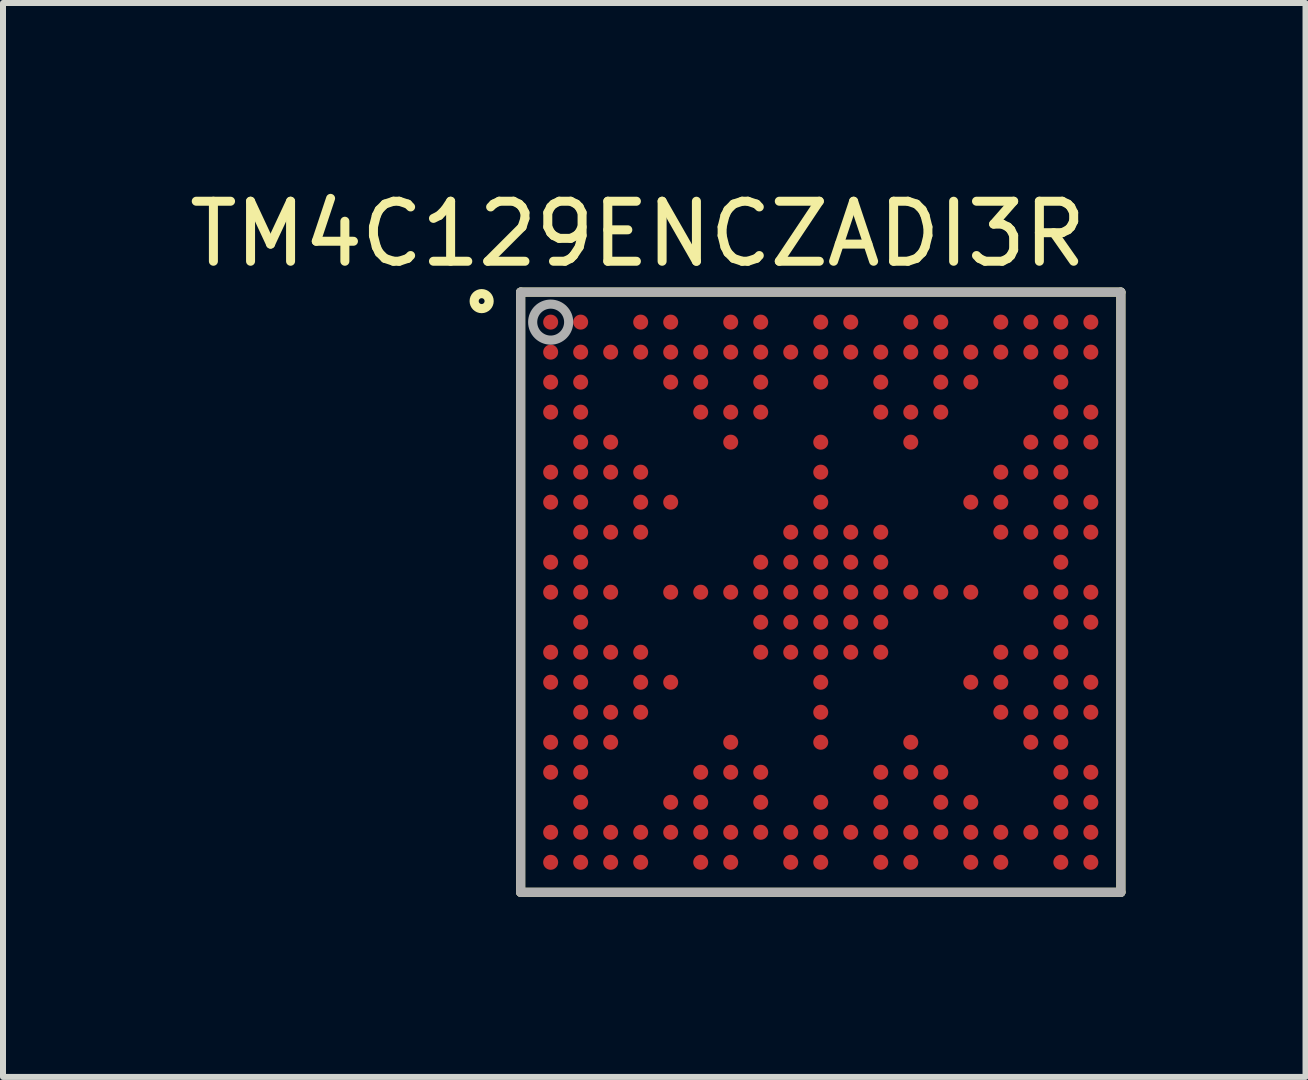
<source format=kicad_pcb>
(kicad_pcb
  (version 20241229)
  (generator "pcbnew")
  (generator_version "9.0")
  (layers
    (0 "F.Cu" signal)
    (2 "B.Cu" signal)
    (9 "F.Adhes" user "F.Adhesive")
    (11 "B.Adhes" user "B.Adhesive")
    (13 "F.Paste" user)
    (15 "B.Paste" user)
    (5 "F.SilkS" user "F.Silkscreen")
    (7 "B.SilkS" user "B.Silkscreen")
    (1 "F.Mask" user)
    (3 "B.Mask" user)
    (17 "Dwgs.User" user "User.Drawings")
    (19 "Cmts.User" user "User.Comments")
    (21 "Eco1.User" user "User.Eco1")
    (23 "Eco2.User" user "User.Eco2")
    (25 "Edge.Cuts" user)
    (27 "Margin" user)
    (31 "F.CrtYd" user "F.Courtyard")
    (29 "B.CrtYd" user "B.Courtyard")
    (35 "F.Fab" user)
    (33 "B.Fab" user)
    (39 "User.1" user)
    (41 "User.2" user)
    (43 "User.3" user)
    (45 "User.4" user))
  (footprint "TM4C129ENCZADI3R"
    (layer "F.Cu")
    (at 10.625 6.817)
    (property "Reference" "TM4C129ENCZADI3R" (at -3.048 -5.969 0) (layer "F.SilkS") (effects (font (size 1 1) (thickness 0.15))))
    (attr through_hole)
    (fp_line (start -5 -5) (end 5 -5) (stroke (width 0.152) (type solid)) (layer "F.SilkS"))
    (fp_line (start -5 5) (end -5 -5) (stroke (width 0.152) (type solid)) (layer "F.SilkS"))
    (fp_line (start -5 5) (end 5 5) (stroke (width 0.152) (type solid)) (layer "F.SilkS"))
    (fp_line (start 5 5) (end 5 -5) (stroke (width 0.152) (type solid)) (layer "F.SilkS"))
    (fp_circle (center -5.65 -4.85) (end -5.525 -4.85) (stroke (width 0.152) (type solid)) (fill no) (layer "F.SilkS"))
    (fp_line (start -5 -5) (end 5 -5) (stroke (width 0.152) (type solid)) (layer "F.Fab"))
    (fp_line (start -5 5) (end -5 -5) (stroke (width 0.152) (type solid)) (layer "F.Fab"))
    (fp_line (start -5 5) (end 5 5) (stroke (width 0.152) (type solid)) (layer "F.Fab"))
    (fp_line (start 5 5) (end 5 -5) (stroke (width 0.152) (type solid)) (layer "F.Fab"))
    (fp_circle (center -4.5 -4.5) (end -4.2 -4.5) (stroke (width 0.152) (type solid)) (fill no) (layer "F.Fab"))
    (pad "A1" smd circle (at -4.5 -4.5) (size 0.25 0.25) (layers "F.Cu" "F.Mask" "F.Paste"))
    (pad "A2" smd circle (at -4 -4.5) (size 0.25 0.25) (layers "F.Cu" "F.Mask" "F.Paste"))
    (pad "A4" smd circle (at -3 -4.5) (size 0.25 0.25) (layers "F.Cu" "F.Mask" "F.Paste"))
    (pad "A5" smd circle (at -2.5 -4.5) (size 0.25 0.25) (layers "F.Cu" "F.Mask" "F.Paste"))
    (pad "A7" smd circle (at -1.5 -4.5) (size 0.25 0.25) (layers "F.Cu" "F.Mask" "F.Paste"))
    (pad "A8" smd circle (at -1 -4.5) (size 0.25 0.25) (layers "F.Cu" "F.Mask" "F.Paste"))
    (pad "A10" smd circle (at 0 -4.5) (size 0.25 0.25) (layers "F.Cu" "F.Mask" "F.Paste"))
    (pad "A11" smd circle (at 0.5 -4.5) (size 0.25 0.25) (layers "F.Cu" "F.Mask" "F.Paste"))
    (pad "A13" smd circle (at 1.5 -4.5) (size 0.25 0.25) (layers "F.Cu" "F.Mask" "F.Paste"))
    (pad "A14" smd circle (at 2 -4.5) (size 0.25 0.25) (layers "F.Cu" "F.Mask" "F.Paste"))
    (pad "A16" smd circle (at 3 -4.5) (size 0.25 0.25) (layers "F.Cu" "F.Mask" "F.Paste"))
    (pad "A17" smd circle (at 3.5 -4.5) (size 0.25 0.25) (layers "F.Cu" "F.Mask" "F.Paste"))
    (pad "A18" smd circle (at 4 -4.5) (size 0.25 0.25) (layers "F.Cu" "F.Mask" "F.Paste"))
    (pad "A19" smd circle (at 4.5 -4.5) (size 0.25 0.25) (layers "F.Cu" "F.Mask" "F.Paste"))
    (pad "B1" smd circle (at -4.5 -4) (size 0.25 0.25) (layers "F.Cu" "F.Mask" "F.Paste"))
    (pad "B2" smd circle (at -4 -4) (size 0.25 0.25) (layers "F.Cu" "F.Mask" "F.Paste"))
    (pad "B3" smd circle (at -3.5 -4) (size 0.25 0.25) (layers "F.Cu" "F.Mask" "F.Paste"))
    (pad "B4" smd circle (at -3 -4) (size 0.25 0.25) (layers "F.Cu" "F.Mask" "F.Paste"))
    (pad "B5" smd circle (at -2.5 -4) (size 0.25 0.25) (layers "F.Cu" "F.Mask" "F.Paste"))
    (pad "B6" smd circle (at -2 -4) (size 0.25 0.25) (layers "F.Cu" "F.Mask" "F.Paste"))
    (pad "B7" smd circle (at -1.5 -4) (size 0.25 0.25) (layers "F.Cu" "F.Mask" "F.Paste"))
    (pad "B8" smd circle (at -1 -4) (size 0.25 0.25) (layers "F.Cu" "F.Mask" "F.Paste"))
    (pad "B9" smd circle (at -0.5 -4) (size 0.25 0.25) (layers "F.Cu" "F.Mask" "F.Paste"))
    (pad "B10" smd circle (at 0 -4) (size 0.25 0.25) (layers "F.Cu" "F.Mask" "F.Paste"))
    (pad "B11" smd circle (at 0.5 -4) (size 0.25 0.25) (layers "F.Cu" "F.Mask" "F.Paste"))
    (pad "B12" smd circle (at 1 -4) (size 0.25 0.25) (layers "F.Cu" "F.Mask" "F.Paste"))
    (pad "B13" smd circle (at 1.5 -4) (size 0.25 0.25) (layers "F.Cu" "F.Mask" "F.Paste"))
    (pad "B14" smd circle (at 2 -4) (size 0.25 0.25) (layers "F.Cu" "F.Mask" "F.Paste"))
    (pad "B15" smd circle (at 2.5 -4) (size 0.25 0.25) (layers "F.Cu" "F.Mask" "F.Paste"))
    (pad "B16" smd circle (at 3 -4) (size 0.25 0.25) (layers "F.Cu" "F.Mask" "F.Paste"))
    (pad "B17" smd circle (at 3.5 -4) (size 0.25 0.25) (layers "F.Cu" "F.Mask" "F.Paste"))
    (pad "B18" smd circle (at 4 -4) (size 0.25 0.25) (layers "F.Cu" "F.Mask" "F.Paste"))
    (pad "B19" smd circle (at 4.5 -4) (size 0.25 0.25) (layers "F.Cu" "F.Mask" "F.Paste"))
    (pad "C1" smd circle (at -4.5 -3.5) (size 0.25 0.25) (layers "F.Cu" "F.Mask" "F.Paste"))
    (pad "C2" smd circle (at -4 -3.5) (size 0.25 0.25) (layers "F.Cu" "F.Mask" "F.Paste"))
    (pad "C5" smd circle (at -2.5 -3.5) (size 0.25 0.25) (layers "F.Cu" "F.Mask" "F.Paste"))
    (pad "C6" smd circle (at -2 -3.5) (size 0.25 0.25) (layers "F.Cu" "F.Mask" "F.Paste"))
    (pad "C8" smd circle (at -1 -3.5) (size 0.25 0.25) (layers "F.Cu" "F.Mask" "F.Paste"))
    (pad "C10" smd circle (at 0 -3.5) (size 0.25 0.25) (layers "F.Cu" "F.Mask" "F.Paste"))
    (pad "C12" smd circle (at 1 -3.5) (size 0.25 0.25) (layers "F.Cu" "F.Mask" "F.Paste"))
    (pad "C14" smd circle (at 2 -3.5) (size 0.25 0.25) (layers "F.Cu" "F.Mask" "F.Paste"))
    (pad "C15" smd circle (at 2.5 -3.5) (size 0.25 0.25) (layers "F.Cu" "F.Mask" "F.Paste"))
    (pad "C18" smd circle (at 4 -3.5) (size 0.25 0.25) (layers "F.Cu" "F.Mask" "F.Paste"))
    (pad "D1" smd circle (at -4.5 -3) (size 0.25 0.25) (layers "F.Cu" "F.Mask" "F.Paste"))
    (pad "D2" smd circle (at -4 -3) (size 0.25 0.25) (layers "F.Cu" "F.Mask" "F.Paste"))
    (pad "D6" smd circle (at -2 -3) (size 0.25 0.25) (layers "F.Cu" "F.Mask" "F.Paste"))
    (pad "D7" smd circle (at -1.5 -3) (size 0.25 0.25) (layers "F.Cu" "F.Mask" "F.Paste"))
    (pad "D8" smd circle (at -1 -3) (size 0.25 0.25) (layers "F.Cu" "F.Mask" "F.Paste"))
    (pad "D12" smd circle (at 1 -3) (size 0.25 0.25) (layers "F.Cu" "F.Mask" "F.Paste"))
    (pad "D13" smd circle (at 1.5 -3) (size 0.25 0.25) (layers "F.Cu" "F.Mask" "F.Paste"))
    (pad "D14" smd circle (at 2 -3) (size 0.25 0.25) (layers "F.Cu" "F.Mask" "F.Paste"))
    (pad "D18" smd circle (at 4 -3) (size 0.25 0.25) (layers "F.Cu" "F.Mask" "F.Paste"))
    (pad "D19" smd circle (at 4.5 -3) (size 0.25 0.25) (layers "F.Cu" "F.Mask" "F.Paste"))
    (pad "E2" smd circle (at -4 -2.5) (size 0.25 0.25) (layers "F.Cu" "F.Mask" "F.Paste"))
    (pad "E3" smd circle (at -3.5 -2.5) (size 0.25 0.25) (layers "F.Cu" "F.Mask" "F.Paste"))
    (pad "E7" smd circle (at -1.5 -2.5) (size 0.25 0.25) (layers "F.Cu" "F.Mask" "F.Paste"))
    (pad "E10" smd circle (at 0 -2.5) (size 0.25 0.25) (layers "F.Cu" "F.Mask" "F.Paste"))
    (pad "E13" smd circle (at 1.5 -2.5) (size 0.25 0.25) (layers "F.Cu" "F.Mask" "F.Paste"))
    (pad "E17" smd circle (at 3.5 -2.5) (size 0.25 0.25) (layers "F.Cu" "F.Mask" "F.Paste"))
    (pad "E18" smd circle (at 4 -2.5) (size 0.25 0.25) (layers "F.Cu" "F.Mask" "F.Paste"))
    (pad "E19" smd circle (at 4.5 -2.5) (size 0.25 0.25) (layers "F.Cu" "F.Mask" "F.Paste"))
    (pad "F1" smd circle (at -4.5 -2) (size 0.25 0.25) (layers "F.Cu" "F.Mask" "F.Paste"))
    (pad "F2" smd circle (at -4 -2) (size 0.25 0.25) (layers "F.Cu" "F.Mask" "F.Paste"))
    (pad "F3" smd circle (at -3.5 -2) (size 0.25 0.25) (layers "F.Cu" "F.Mask" "F.Paste"))
    (pad "F4" smd circle (at -3 -2) (size 0.25 0.25) (layers "F.Cu" "F.Mask" "F.Paste"))
    (pad "F10" smd circle (at 0 -2) (size 0.25 0.25) (layers "F.Cu" "F.Mask" "F.Paste"))
    (pad "F16" smd circle (at 3 -2) (size 0.25 0.25) (layers "F.Cu" "F.Mask" "F.Paste"))
    (pad "F17" smd circle (at 3.5 -2) (size 0.25 0.25) (layers "F.Cu" "F.Mask" "F.Paste"))
    (pad "F18" smd circle (at 4 -2) (size 0.25 0.25) (layers "F.Cu" "F.Mask" "F.Paste"))
    (pad "G1" smd circle (at -4.5 -1.5) (size 0.25 0.25) (layers "F.Cu" "F.Mask" "F.Paste"))
    (pad "G2" smd circle (at -4 -1.5) (size 0.25 0.25) (layers "F.Cu" "F.Mask" "F.Paste"))
    (pad "G4" smd circle (at -3 -1.5) (size 0.25 0.25) (layers "F.Cu" "F.Mask" "F.Paste"))
    (pad "G5" smd circle (at -2.5 -1.5) (size 0.25 0.25) (layers "F.Cu" "F.Mask" "F.Paste"))
    (pad "G10" smd circle (at 0 -1.5) (size 0.25 0.25) (layers "F.Cu" "F.Mask" "F.Paste"))
    (pad "G15" smd circle (at 2.5 -1.5) (size 0.25 0.25) (layers "F.Cu" "F.Mask" "F.Paste"))
    (pad "G16" smd circle (at 3 -1.5) (size 0.25 0.25) (layers "F.Cu" "F.Mask" "F.Paste"))
    (pad "G18" smd circle (at 4 -1.5) (size 0.25 0.25) (layers "F.Cu" "F.Mask" "F.Paste"))
    (pad "G19" smd circle (at 4.5 -1.5) (size 0.25 0.25) (layers "F.Cu" "F.Mask" "F.Paste"))
    (pad "H2" smd circle (at -4 -1) (size 0.25 0.25) (layers "F.Cu" "F.Mask" "F.Paste"))
    (pad "H3" smd circle (at -3.5 -1) (size 0.25 0.25) (layers "F.Cu" "F.Mask" "F.Paste"))
    (pad "H4" smd circle (at -3 -1) (size 0.25 0.25) (layers "F.Cu" "F.Mask" "F.Paste"))
    (pad "H9" smd circle (at -0.5 -1) (size 0.25 0.25) (layers "F.Cu" "F.Mask" "F.Paste"))
    (pad "H10" smd circle (at 0 -1) (size 0.25 0.25) (layers "F.Cu" "F.Mask" "F.Paste"))
    (pad "H11" smd circle (at 0.5 -1) (size 0.25 0.25) (layers "F.Cu" "F.Mask" "F.Paste"))
    (pad "H12" smd circle (at 1 -1) (size 0.25 0.25) (layers "F.Cu" "F.Mask" "F.Paste"))
    (pad "H16" smd circle (at 3 -1) (size 0.25 0.25) (layers "F.Cu" "F.Mask" "F.Paste"))
    (pad "H17" smd circle (at 3.5 -1) (size 0.25 0.25) (layers "F.Cu" "F.Mask" "F.Paste"))
    (pad "H18" smd circle (at 4 -1) (size 0.25 0.25) (layers "F.Cu" "F.Mask" "F.Paste"))
    (pad "H19" smd circle (at 4.5 -1) (size 0.25 0.25) (layers "F.Cu" "F.Mask" "F.Paste"))
    (pad "J1" smd circle (at -4.5 -0.5) (size 0.25 0.25) (layers "F.Cu" "F.Mask" "F.Paste"))
    (pad "J2" smd circle (at -4 -0.5) (size 0.25 0.25) (layers "F.Cu" "F.Mask" "F.Paste"))
    (pad "J8" smd circle (at -1 -0.5) (size 0.25 0.25) (layers "F.Cu" "F.Mask" "F.Paste"))
    (pad "J9" smd circle (at -0.5 -0.5) (size 0.25 0.25) (layers "F.Cu" "F.Mask" "F.Paste"))
    (pad "J10" smd circle (at 0 -0.5) (size 0.25 0.25) (layers "F.Cu" "F.Mask" "F.Paste"))
    (pad "J11" smd circle (at 0.5 -0.5) (size 0.25 0.25) (layers "F.Cu" "F.Mask" "F.Paste"))
    (pad "J12" smd circle (at 1 -0.5) (size 0.25 0.25) (layers "F.Cu" "F.Mask" "F.Paste"))
    (pad "J18" smd circle (at 4 -0.5) (size 0.25 0.25) (layers "F.Cu" "F.Mask" "F.Paste"))
    (pad "K1" smd circle (at -4.5 0) (size 0.25 0.25) (layers "F.Cu" "F.Mask" "F.Paste"))
    (pad "K2" smd circle (at -4 0) (size 0.25 0.25) (layers "F.Cu" "F.Mask" "F.Paste"))
    (pad "K3" smd circle (at -3.5 0) (size 0.25 0.25) (layers "F.Cu" "F.Mask" "F.Paste"))
    (pad "K5" smd circle (at -2.5 0) (size 0.25 0.25) (layers "F.Cu" "F.Mask" "F.Paste"))
    (pad "K6" smd circle (at -2 0) (size 0.25 0.25) (layers "F.Cu" "F.Mask" "F.Paste"))
    (pad "K7" smd circle (at -1.5 0) (size 0.25 0.25) (layers "F.Cu" "F.Mask" "F.Paste"))
    (pad "K8" smd circle (at -1 0) (size 0.25 0.25) (layers "F.Cu" "F.Mask" "F.Paste"))
    (pad "K9" smd circle (at -0.5 0) (size 0.25 0.25) (layers "F.Cu" "F.Mask" "F.Paste"))
    (pad "K10" smd circle (at 0 0) (size 0.25 0.25) (layers "F.Cu" "F.Mask" "F.Paste"))
    (pad "K11" smd circle (at 0.5 0) (size 0.25 0.25) (layers "F.Cu" "F.Mask" "F.Paste"))
    (pad "K12" smd circle (at 1 0) (size 0.25 0.25) (layers "F.Cu" "F.Mask" "F.Paste"))
    (pad "K13" smd circle (at 1.5 0) (size 0.25 0.25) (layers "F.Cu" "F.Mask" "F.Paste"))
    (pad "K14" smd circle (at 2 0) (size 0.25 0.25) (layers "F.Cu" "F.Mask" "F.Paste"))
    (pad "K15" smd circle (at 2.5 0) (size 0.25 0.25) (layers "F.Cu" "F.Mask" "F.Paste"))
    (pad "K17" smd circle (at 3.5 0) (size 0.25 0.25) (layers "F.Cu" "F.Mask" "F.Paste"))
    (pad "K18" smd circle (at 4 0) (size 0.25 0.25) (layers "F.Cu" "F.Mask" "F.Paste"))
    (pad "K19" smd circle (at 4.5 0) (size 0.25 0.25) (layers "F.Cu" "F.Mask" "F.Paste"))
    (pad "L2" smd circle (at -4 0.5) (size 0.25 0.25) (layers "F.Cu" "F.Mask" "F.Paste"))
    (pad "L8" smd circle (at -1 0.5) (size 0.25 0.25) (layers "F.Cu" "F.Mask" "F.Paste"))
    (pad "L9" smd circle (at -0.5 0.5) (size 0.25 0.25) (layers "F.Cu" "F.Mask" "F.Paste"))
    (pad "L10" smd circle (at 0 0.5) (size 0.25 0.25) (layers "F.Cu" "F.Mask" "F.Paste"))
    (pad "L11" smd circle (at 0.5 0.5) (size 0.25 0.25) (layers "F.Cu" "F.Mask" "F.Paste"))
    (pad "L12" smd circle (at 1 0.5) (size 0.25 0.25) (layers "F.Cu" "F.Mask" "F.Paste"))
    (pad "L18" smd circle (at 4 0.5) (size 0.25 0.25) (layers "F.Cu" "F.Mask" "F.Paste"))
    (pad "L19" smd circle (at 4.5 0.5) (size 0.25 0.25) (layers "F.Cu" "F.Mask" "F.Paste"))
    (pad "M1" smd circle (at -4.5 1) (size 0.25 0.25) (layers "F.Cu" "F.Mask" "F.Paste"))
    (pad "M2" smd circle (at -4 1) (size 0.25 0.25) (layers "F.Cu" "F.Mask" "F.Paste"))
    (pad "M3" smd circle (at -3.5 1) (size 0.25 0.25) (layers "F.Cu" "F.Mask" "F.Paste"))
    (pad "M4" smd circle (at -3 1) (size 0.25 0.25) (layers "F.Cu" "F.Mask" "F.Paste"))
    (pad "M8" smd circle (at -1 1) (size 0.25 0.25) (layers "F.Cu" "F.Mask" "F.Paste"))
    (pad "M9" smd circle (at -0.5 1) (size 0.25 0.25) (layers "F.Cu" "F.Mask" "F.Paste"))
    (pad "M10" smd circle (at 0 1) (size 0.25 0.25) (layers "F.Cu" "F.Mask" "F.Paste"))
    (pad "M11" smd circle (at 0.5 1) (size 0.25 0.25) (layers "F.Cu" "F.Mask" "F.Paste"))
    (pad "M12" smd circle (at 1 1) (size 0.25 0.25) (layers "F.Cu" "F.Mask" "F.Paste"))
    (pad "M16" smd circle (at 3 1) (size 0.25 0.25) (layers "F.Cu" "F.Mask" "F.Paste"))
    (pad "M17" smd circle (at 3.5 1) (size 0.25 0.25) (layers "F.Cu" "F.Mask" "F.Paste"))
    (pad "M18" smd circle (at 4 1) (size 0.25 0.25) (layers "F.Cu" "F.Mask" "F.Paste"))
    (pad "N1" smd circle (at -4.5 1.5) (size 0.25 0.25) (layers "F.Cu" "F.Mask" "F.Paste"))
    (pad "N2" smd circle (at -4 1.5) (size 0.25 0.25) (layers "F.Cu" "F.Mask" "F.Paste"))
    (pad "N4" smd circle (at -3 1.5) (size 0.25 0.25) (layers "F.Cu" "F.Mask" "F.Paste"))
    (pad "N5" smd circle (at -2.5 1.5) (size 0.25 0.25) (layers "F.Cu" "F.Mask" "F.Paste"))
    (pad "N10" smd circle (at 0 1.5) (size 0.25 0.25) (layers "F.Cu" "F.Mask" "F.Paste"))
    (pad "N15" smd circle (at 2.5 1.5) (size 0.25 0.25) (layers "F.Cu" "F.Mask" "F.Paste"))
    (pad "N16" smd circle (at 3 1.5) (size 0.25 0.25) (layers "F.Cu" "F.Mask" "F.Paste"))
    (pad "N18" smd circle (at 4 1.5) (size 0.25 0.25) (layers "F.Cu" "F.Mask" "F.Paste"))
    (pad "N19" smd circle (at 4.5 1.5) (size 0.25 0.25) (layers "F.Cu" "F.Mask" "F.Paste"))
    (pad "P2" smd circle (at -4 2) (size 0.25 0.25) (layers "F.Cu" "F.Mask" "F.Paste"))
    (pad "P3" smd circle (at -3.5 2) (size 0.25 0.25) (layers "F.Cu" "F.Mask" "F.Paste"))
    (pad "P4" smd circle (at -3 2) (size 0.25 0.25) (layers "F.Cu" "F.Mask" "F.Paste"))
    (pad "P10" smd circle (at 0 2) (size 0.25 0.25) (layers "F.Cu" "F.Mask" "F.Paste"))
    (pad "P16" smd circle (at 3 2) (size 0.25 0.25) (layers "F.Cu" "F.Mask" "F.Paste"))
    (pad "P17" smd circle (at 3.5 2) (size 0.25 0.25) (layers "F.Cu" "F.Mask" "F.Paste"))
    (pad "P18" smd circle (at 4 2) (size 0.25 0.25) (layers "F.Cu" "F.Mask" "F.Paste"))
    (pad "P19" smd circle (at 4.5 2) (size 0.25 0.25) (layers "F.Cu" "F.Mask" "F.Paste"))
    (pad "R1" smd circle (at -4.5 2.5) (size 0.25 0.25) (layers "F.Cu" "F.Mask" "F.Paste"))
    (pad "R2" smd circle (at -4 2.5) (size 0.25 0.25) (layers "F.Cu" "F.Mask" "F.Paste"))
    (pad "R3" smd circle (at -3.5 2.5) (size 0.25 0.25) (layers "F.Cu" "F.Mask" "F.Paste"))
    (pad "R7" smd circle (at -1.5 2.5) (size 0.25 0.25) (layers "F.Cu" "F.Mask" "F.Paste"))
    (pad "R10" smd circle (at 0 2.5) (size 0.25 0.25) (layers "F.Cu" "F.Mask" "F.Paste"))
    (pad "R13" smd circle (at 1.5 2.5) (size 0.25 0.25) (layers "F.Cu" "F.Mask" "F.Paste"))
    (pad "R17" smd circle (at 3.5 2.5) (size 0.25 0.25) (layers "F.Cu" "F.Mask" "F.Paste"))
    (pad "R18" smd circle (at 4 2.5) (size 0.25 0.25) (layers "F.Cu" "F.Mask" "F.Paste"))
    (pad "T1" smd circle (at -4.5 3) (size 0.25 0.25) (layers "F.Cu" "F.Mask" "F.Paste"))
    (pad "T2" smd circle (at -4 3) (size 0.25 0.25) (layers "F.Cu" "F.Mask" "F.Paste"))
    (pad "T6" smd circle (at -2 3) (size 0.25 0.25) (layers "F.Cu" "F.Mask" "F.Paste"))
    (pad "T7" smd circle (at -1.5 3) (size 0.25 0.25) (layers "F.Cu" "F.Mask" "F.Paste"))
    (pad "T8" smd circle (at -1 3) (size 0.25 0.25) (layers "F.Cu" "F.Mask" "F.Paste"))
    (pad "T12" smd circle (at 1 3) (size 0.25 0.25) (layers "F.Cu" "F.Mask" "F.Paste"))
    (pad "T13" smd circle (at 1.5 3) (size 0.25 0.25) (layers "F.Cu" "F.Mask" "F.Paste"))
    (pad "T14" smd circle (at 2 3) (size 0.25 0.25) (layers "F.Cu" "F.Mask" "F.Paste"))
    (pad "T18" smd circle (at 4 3) (size 0.25 0.25) (layers "F.Cu" "F.Mask" "F.Paste"))
    (pad "T19" smd circle (at 4.5 3) (size 0.25 0.25) (layers "F.Cu" "F.Mask" "F.Paste"))
    (pad "U2" smd circle (at -4 3.5) (size 0.25 0.25) (layers "F.Cu" "F.Mask" "F.Paste"))
    (pad "U5" smd circle (at -2.5 3.5) (size 0.25 0.25) (layers "F.Cu" "F.Mask" "F.Paste"))
    (pad "U6" smd circle (at -2 3.5) (size 0.25 0.25) (layers "F.Cu" "F.Mask" "F.Paste"))
    (pad "U8" smd circle (at -1 3.5) (size 0.25 0.25) (layers "F.Cu" "F.Mask" "F.Paste"))
    (pad "U10" smd circle (at 0 3.5) (size 0.25 0.25) (layers "F.Cu" "F.Mask" "F.Paste"))
    (pad "U12" smd circle (at 1 3.5) (size 0.25 0.25) (layers "F.Cu" "F.Mask" "F.Paste"))
    (pad "U14" smd circle (at 2 3.5) (size 0.25 0.25) (layers "F.Cu" "F.Mask" "F.Paste"))
    (pad "U15" smd circle (at 2.5 3.5) (size 0.25 0.25) (layers "F.Cu" "F.Mask" "F.Paste"))
    (pad "U18" smd circle (at 4 3.5) (size 0.25 0.25) (layers "F.Cu" "F.Mask" "F.Paste"))
    (pad "U19" smd circle (at 4.5 3.5) (size 0.25 0.25) (layers "F.Cu" "F.Mask" "F.Paste"))
    (pad "V1" smd circle (at -4.5 4) (size 0.25 0.25) (layers "F.Cu" "F.Mask" "F.Paste"))
    (pad "V2" smd circle (at -4 4) (size 0.25 0.25) (layers "F.Cu" "F.Mask" "F.Paste"))
    (pad "V3" smd circle (at -3.5 4) (size 0.25 0.25) (layers "F.Cu" "F.Mask" "F.Paste"))
    (pad "V4" smd circle (at -3 4) (size 0.25 0.25) (layers "F.Cu" "F.Mask" "F.Paste"))
    (pad "V5" smd circle (at -2.5 4) (size 0.25 0.25) (layers "F.Cu" "F.Mask" "F.Paste"))
    (pad "V6" smd circle (at -2 4) (size 0.25 0.25) (layers "F.Cu" "F.Mask" "F.Paste"))
    (pad "V7" smd circle (at -1.5 4) (size 0.25 0.25) (layers "F.Cu" "F.Mask" "F.Paste"))
    (pad "V8" smd circle (at -1 4) (size 0.25 0.25) (layers "F.Cu" "F.Mask" "F.Paste"))
    (pad "V9" smd circle (at -0.5 4) (size 0.25 0.25) (layers "F.Cu" "F.Mask" "F.Paste"))
    (pad "V10" smd circle (at 0 4) (size 0.25 0.25) (layers "F.Cu" "F.Mask" "F.Paste"))
    (pad "V11" smd circle (at 0.5 4) (size 0.25 0.25) (layers "F.Cu" "F.Mask" "F.Paste"))
    (pad "V12" smd circle (at 1 4) (size 0.25 0.25) (layers "F.Cu" "F.Mask" "F.Paste"))
    (pad "V13" smd circle (at 1.5 4) (size 0.25 0.25) (layers "F.Cu" "F.Mask" "F.Paste"))
    (pad "V14" smd circle (at 2 4) (size 0.25 0.25) (layers "F.Cu" "F.Mask" "F.Paste"))
    (pad "V15" smd circle (at 2.5 4) (size 0.25 0.25) (layers "F.Cu" "F.Mask" "F.Paste"))
    (pad "V16" smd circle (at 3 4) (size 0.25 0.25) (layers "F.Cu" "F.Mask" "F.Paste"))
    (pad "V17" smd circle (at 3.5 4) (size 0.25 0.25) (layers "F.Cu" "F.Mask" "F.Paste"))
    (pad "V18" smd circle (at 4 4) (size 0.25 0.25) (layers "F.Cu" "F.Mask" "F.Paste"))
    (pad "V19" smd circle (at 4.5 4) (size 0.25 0.25) (layers "F.Cu" "F.Mask" "F.Paste"))
    (pad "W1" smd circle (at -4.5 4.5) (size 0.25 0.25) (layers "F.Cu" "F.Mask" "F.Paste"))
    (pad "W2" smd circle (at -4 4.5) (size 0.25 0.25) (layers "F.Cu" "F.Mask" "F.Paste"))
    (pad "W3" smd circle (at -3.5 4.5) (size 0.25 0.25) (layers "F.Cu" "F.Mask" "F.Paste"))
    (pad "W4" smd circle (at -3 4.5) (size 0.25 0.25) (layers "F.Cu" "F.Mask" "F.Paste"))
    (pad "W6" smd circle (at -2 4.5) (size 0.25 0.25) (layers "F.Cu" "F.Mask" "F.Paste"))
    (pad "W7" smd circle (at -1.5 4.5) (size 0.25 0.25) (layers "F.Cu" "F.Mask" "F.Paste"))
    (pad "W9" smd circle (at -0.5 4.5) (size 0.25 0.25) (layers "F.Cu" "F.Mask" "F.Paste"))
    (pad "W10" smd circle (at 0 4.5) (size 0.25 0.25) (layers "F.Cu" "F.Mask" "F.Paste"))
    (pad "W12" smd circle (at 1 4.5) (size 0.25 0.25) (layers "F.Cu" "F.Mask" "F.Paste"))
    (pad "W13" smd circle (at 1.5 4.5) (size 0.25 0.25) (layers "F.Cu" "F.Mask" "F.Paste"))
    (pad "W15" smd circle (at 2.5 4.5) (size 0.25 0.25) (layers "F.Cu" "F.Mask" "F.Paste"))
    (pad "W16" smd circle (at 3 4.5) (size 0.25 0.25) (layers "F.Cu" "F.Mask" "F.Paste"))
    (pad "W18" smd circle (at 4 4.5) (size 0.25 0.25) (layers "F.Cu" "F.Mask" "F.Paste"))
    (pad "W19" smd circle (at 4.5 4.5) (size 0.25 0.25) (layers "F.Cu" "F.Mask" "F.Paste")))
  (gr_rect
    (start -3 -3)
    (end 18.702 14.893)
    (stroke (width 0.1) (type default))
    (fill no)
    (layer "Edge.Cuts")))
</source>
